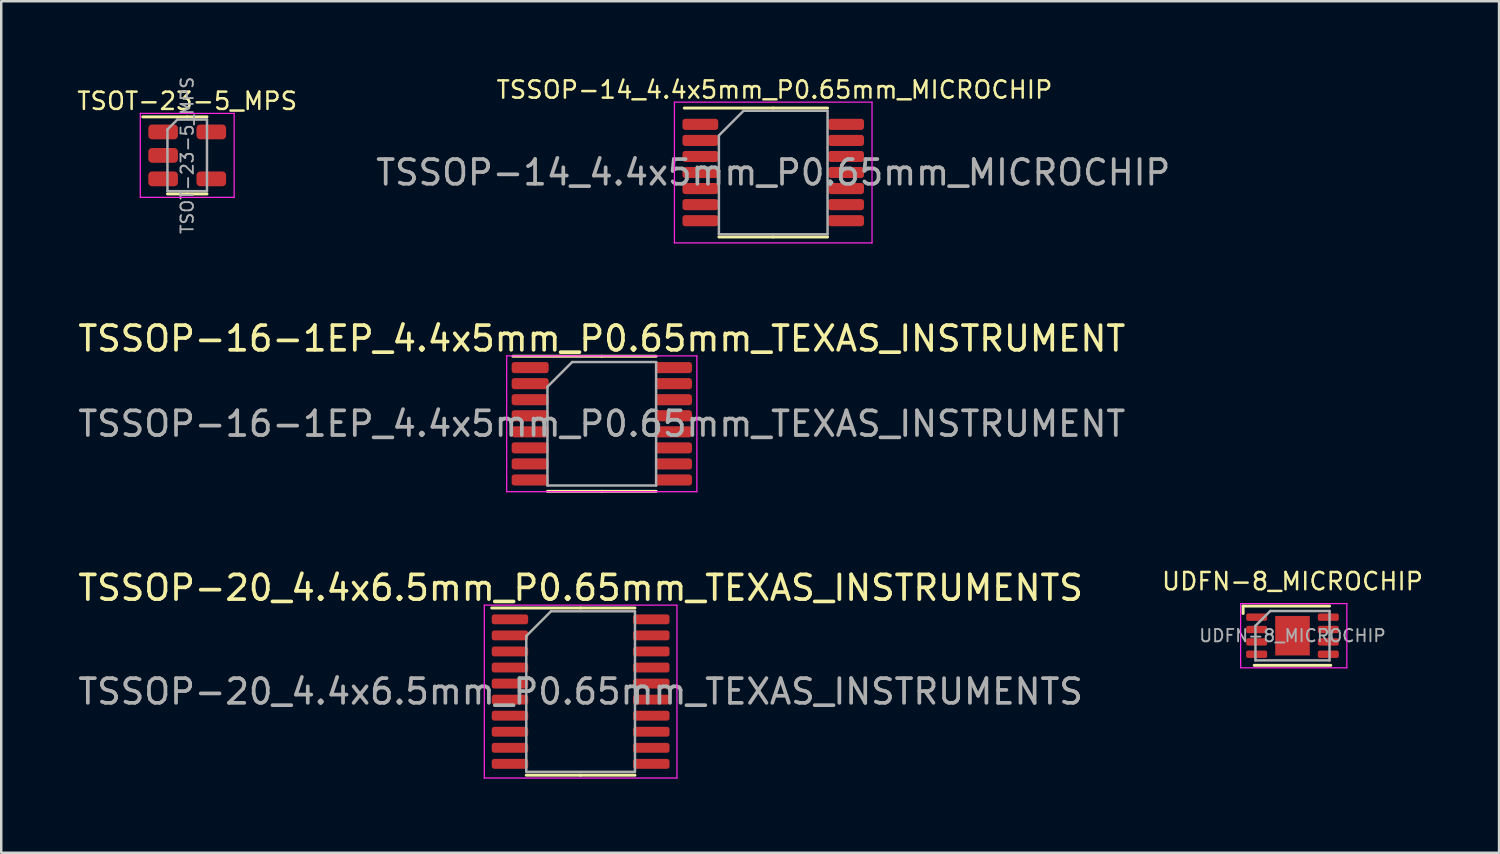
<source format=kicad_pcb>
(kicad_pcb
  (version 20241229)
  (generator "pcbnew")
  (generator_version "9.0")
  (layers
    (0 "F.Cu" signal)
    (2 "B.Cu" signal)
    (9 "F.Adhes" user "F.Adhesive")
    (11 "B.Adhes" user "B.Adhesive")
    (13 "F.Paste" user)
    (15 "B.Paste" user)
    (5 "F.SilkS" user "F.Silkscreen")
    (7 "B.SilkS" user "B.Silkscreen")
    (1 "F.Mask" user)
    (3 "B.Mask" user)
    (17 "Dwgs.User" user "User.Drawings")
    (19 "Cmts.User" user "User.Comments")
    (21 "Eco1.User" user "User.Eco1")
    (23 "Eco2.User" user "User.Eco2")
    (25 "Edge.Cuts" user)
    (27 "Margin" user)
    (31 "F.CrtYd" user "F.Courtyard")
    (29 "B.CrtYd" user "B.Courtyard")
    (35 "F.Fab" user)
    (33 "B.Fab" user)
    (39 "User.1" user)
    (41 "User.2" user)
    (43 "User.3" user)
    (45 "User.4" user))
  (footprint "TSSOP-16-1EP_4.4x5mm_P0.65mm_TEXAS_INSTRUMENT"
    (layer "F.Cu")
    (at 21.315 14.108)
    (property "Reference" "TSSOP-16-1EP_4.4x5mm_P0.65mm_TEXAS_INSTRUMENT" (at 0 -3.45 0) (layer "F.SilkS") (effects (font (size 1 1) (thickness 0.15))))
    (attr smd)
    (fp_line (start 0 -2.735) (end -3.6 -2.735) (stroke (width 0.12) (type solid)) (layer "F.SilkS"))
    (fp_line (start 0 -2.735) (end 2.2 -2.735) (stroke (width 0.12) (type solid)) (layer "F.SilkS"))
    (fp_line (start 0 2.735) (end -2.2 2.735) (stroke (width 0.12) (type solid)) (layer "F.SilkS"))
    (fp_line (start 0 2.735) (end 2.2 2.735) (stroke (width 0.12) (type solid)) (layer "F.SilkS"))
    (fp_line (start -3.85 -2.75) (end -3.85 2.75) (stroke (width 0.05) (type solid)) (layer "F.CrtYd"))
    (fp_line (start -3.85 2.75) (end 3.85 2.75) (stroke (width 0.05) (type solid)) (layer "F.CrtYd"))
    (fp_line (start 3.85 -2.75) (end -3.85 -2.75) (stroke (width 0.05) (type solid)) (layer "F.CrtYd"))
    (fp_line (start 3.85 2.75) (end 3.85 -2.75) (stroke (width 0.05) (type solid)) (layer "F.CrtYd"))
    (fp_line (start -2.2 -1.5) (end -1.2 -2.5) (stroke (width 0.1) (type solid)) (layer "F.Fab"))
    (fp_line (start -2.2 2.5) (end -2.2 -1.5) (stroke (width 0.1) (type solid)) (layer "F.Fab"))
    (fp_line (start -1.2 -2.5) (end 2.2 -2.5) (stroke (width 0.1) (type solid)) (layer "F.Fab"))
    (fp_line (start 2.2 -2.5) (end 2.2 2.5) (stroke (width 0.1) (type solid)) (layer "F.Fab"))
    (fp_line (start 2.2 2.5) (end -2.2 2.5) (stroke (width 0.1) (type solid)) (layer "F.Fab"))
    (fp_text user "${REFERENCE}" (at 0 0 0) (layer "F.Fab") (effects (font (size 1 1) (thickness 0.15))))
    (pad "1" smd roundrect (at -2.9 -2.275) (size 1.5 0.45) (layers "F.Cu" "F.Mask" "F.Paste") (roundrect_rratio 0.25))
    (pad "2" smd roundrect (at -2.9 -1.625) (size 1.5 0.45) (layers "F.Cu" "F.Mask" "F.Paste") (roundrect_rratio 0.25))
    (pad "3" smd roundrect (at -2.9 -0.975) (size 1.5 0.45) (layers "F.Cu" "F.Mask" "F.Paste") (roundrect_rratio 0.25))
    (pad "4" smd roundrect (at -2.9 -0.325) (size 1.5 0.45) (layers "F.Cu" "F.Mask" "F.Paste") (roundrect_rratio 0.25))
    (pad "5" smd roundrect (at -2.9 0.325) (size 1.5 0.45) (layers "F.Cu" "F.Mask" "F.Paste") (roundrect_rratio 0.25))
    (pad "6" smd roundrect (at -2.9 0.975) (size 1.5 0.45) (layers "F.Cu" "F.Mask" "F.Paste") (roundrect_rratio 0.25))
    (pad "7" smd roundrect (at -2.9 1.625) (size 1.5 0.45) (layers "F.Cu" "F.Mask" "F.Paste") (roundrect_rratio 0.25))
    (pad "8" smd roundrect (at -2.9 2.275) (size 1.5 0.45) (layers "F.Cu" "F.Mask" "F.Paste") (roundrect_rratio 0.25))
    (pad "9" smd roundrect (at 2.9 2.275) (size 1.5 0.45) (layers "F.Cu" "F.Mask" "F.Paste") (roundrect_rratio 0.25))
    (pad "10" smd roundrect (at 2.9 1.625) (size 1.5 0.45) (layers "F.Cu" "F.Mask" "F.Paste") (roundrect_rratio 0.25))
    (pad "11" smd roundrect (at 2.9 0.975) (size 1.5 0.45) (layers "F.Cu" "F.Mask" "F.Paste") (roundrect_rratio 0.25))
    (pad "12" smd roundrect (at 2.9 0.325) (size 1.5 0.45) (layers "F.Cu" "F.Mask" "F.Paste") (roundrect_rratio 0.25))
    (pad "13" smd roundrect (at 2.9 -0.325) (size 1.5 0.45) (layers "F.Cu" "F.Mask" "F.Paste") (roundrect_rratio 0.25))
    (pad "14" smd roundrect (at 2.9 -0.975) (size 1.5 0.45) (layers "F.Cu" "F.Mask" "F.Paste") (roundrect_rratio 0.25))
    (pad "15" smd roundrect (at 2.9 -1.625) (size 1.5 0.45) (layers "F.Cu" "F.Mask" "F.Paste") (roundrect_rratio 0.25))
    (pad "16" smd roundrect (at 2.9 -2.275) (size 1.5 0.45) (layers "F.Cu" "F.Mask" "F.Paste") (roundrect_rratio 0.25)))
  (footprint "UDFN-8_MICROCHIP"
    (layer "F.Cu")
    (at 49.28 22.688)
    (property "Reference" "UDFN-8_MICROCHIP" (at 0 -2.2 0) (layer "F.SilkS") (effects (font (size 0.7 0.7) (thickness 0.1))))
    (attr smd)
    (fp_line (start -2 -1.2) (end 1.5 -1.2) (stroke (width 0.12) (type solid)) (layer "F.SilkS"))
    (fp_line (start -2 -0.9) (end -2 -1.2) (stroke (width 0.12) (type solid)) (layer "F.SilkS"))
    (fp_line (start -1.55 1.2) (end 1.55 1.2) (stroke (width 0.12) (type solid)) (layer "F.SilkS"))
    (fp_line (start -2.1 -1.3) (end -2.1 1.3) (stroke (width 0.05) (type solid)) (layer "F.CrtYd"))
    (fp_line (start -2.1 1.3) (end 2.2 1.3) (stroke (width 0.05) (type solid)) (layer "F.CrtYd"))
    (fp_line (start 2.2 -1.3) (end -2.1 -1.3) (stroke (width 0.05) (type solid)) (layer "F.CrtYd"))
    (fp_line (start 2.2 1.3) (end 2.2 -1.3) (stroke (width 0.05) (type solid)) (layer "F.CrtYd"))
    (fp_line (start -1.5 -0.4) (end -0.9 -1) (stroke (width 0.1) (type solid)) (layer "F.Fab"))
    (fp_line (start -1.5 1) (end -1.5 -0.4) (stroke (width 0.1) (type solid)) (layer "F.Fab"))
    (fp_line (start -0.9 -1) (end 1.5 -1) (stroke (width 0.1) (type solid)) (layer "F.Fab"))
    (fp_line (start 1.5 -1) (end 1.5 1) (stroke (width 0.1) (type solid)) (layer "F.Fab"))
    (fp_line (start 1.5 1) (end -1.5 1) (stroke (width 0.1) (type solid)) (layer "F.Fab"))
    (fp_text user "${REFERENCE}" (at 0 0 0) (layer "F.Fab") (effects (font (size 0.5 0.5) (thickness 0.075))))
    (pad "" smd roundrect (at 0 -0.4) (size 1.2 0.6) (layers "F.Paste") (roundrect_rratio 0.207))
    (pad "" smd roundrect (at 0 0.4) (size 1.206 0.615) (layers "F.Paste") (roundrect_rratio 0.207))
    (pad "1" smd roundrect (at -1.45 -0.75) (size 0.85 0.3) (layers "F.Cu" "F.Mask" "F.Paste") (roundrect_rratio 0.25))
    (pad "2" smd roundrect (at -1.45 -0.25) (size 0.85 0.3) (layers "F.Cu" "F.Mask" "F.Paste") (roundrect_rratio 0.25))
    (pad "3" smd roundrect (at -1.45 0.25) (size 0.85 0.3) (layers "F.Cu" "F.Mask" "F.Paste") (roundrect_rratio 0.25))
    (pad "4" smd roundrect (at -1.45 0.75) (size 0.85 0.3) (layers "F.Cu" "F.Mask" "F.Paste") (roundrect_rratio 0.25))
    (pad "5" smd roundrect (at 1.45 0.75) (size 0.85 0.3) (layers "F.Cu" "F.Mask" "F.Paste") (roundrect_rratio 0.25))
    (pad "6" smd roundrect (at 1.45 0.25) (size 0.85 0.3) (layers "F.Cu" "F.Mask" "F.Paste") (roundrect_rratio 0.25))
    (pad "7" smd roundrect (at 1.45 -0.25) (size 0.85 0.3) (layers "F.Cu" "F.Mask" "F.Paste") (roundrect_rratio 0.25))
    (pad "8" smd roundrect (at 1.45 -0.75) (size 0.85 0.3) (layers "F.Cu" "F.Mask" "F.Paste") (roundrect_rratio 0.25))
    (pad "9" smd rect (at 0 0) (size 1.4 1.6) (layers "F.Cu" "F.Mask")))
  (footprint "TSOT-23-5_MPS"
    (layer "F.Cu")
    (at 4.53 3.241)
    (property "Reference" "TSOT-23-5_MPS" (at 0 -2.2 0) (layer "F.SilkS") (effects (font (size 0.7 0.7) (thickness 0.1))))
    (attr smd)
    (fp_line (start 0 -1.56) (end -1.8 -1.56) (stroke (width 0.12) (type solid)) (layer "F.SilkS"))
    (fp_line (start 0 -1.56) (end 0.8 -1.56) (stroke (width 0.12) (type solid)) (layer "F.SilkS"))
    (fp_line (start 0 1.56) (end -0.8 1.56) (stroke (width 0.12) (type solid)) (layer "F.SilkS"))
    (fp_line (start 0 1.56) (end 0.8 1.56) (stroke (width 0.12) (type solid)) (layer "F.SilkS"))
    (fp_line (start -1.9 -1.7) (end -1.9 1.7) (stroke (width 0.05) (type solid)) (layer "F.CrtYd"))
    (fp_line (start -1.9 1.7) (end 1.9 1.7) (stroke (width 0.05) (type solid)) (layer "F.CrtYd"))
    (fp_line (start 1.9 -1.7) (end -1.9 -1.7) (stroke (width 0.05) (type solid)) (layer "F.CrtYd"))
    (fp_line (start 1.9 1.7) (end 1.9 -1.7) (stroke (width 0.05) (type solid)) (layer "F.CrtYd"))
    (fp_line (start -0.8 -1.05) (end -0.4 -1.45) (stroke (width 0.1) (type solid)) (layer "F.Fab"))
    (fp_line (start -0.8 1.45) (end -0.8 -1.05) (stroke (width 0.1) (type solid)) (layer "F.Fab"))
    (fp_line (start -0.4 -1.45) (end 0.8 -1.45) (stroke (width 0.1) (type solid)) (layer "F.Fab"))
    (fp_line (start 0.8 -1.45) (end 0.8 1.45) (stroke (width 0.1) (type solid)) (layer "F.Fab"))
    (fp_line (start 0.8 1.45) (end -0.8 1.45) (stroke (width 0.1) (type solid)) (layer "F.Fab"))
    (fp_text user "${REFERENCE}" (at 0 0 90) (layer "F.Fab") (effects (font (size 0.5 0.5) (thickness 0.075))))
    (pad "1" smd roundrect (at -0.975 -0.95) (size 1.2 0.6) (layers "F.Cu" "F.Mask" "F.Paste") (roundrect_rratio 0.25))
    (pad "2" smd roundrect (at -0.975 0) (size 1.2 0.6) (layers "F.Cu" "F.Mask" "F.Paste") (roundrect_rratio 0.25))
    (pad "3" smd roundrect (at -0.975 0.95) (size 1.2 0.6) (layers "F.Cu" "F.Mask" "F.Paste") (roundrect_rratio 0.25))
    (pad "4" smd roundrect (at 0.975 0.95) (size 1.2 0.6) (layers "F.Cu" "F.Mask" "F.Paste") (roundrect_rratio 0.25))
    (pad "5" smd roundrect (at 0.975 -0.95) (size 1.2 0.6) (layers "F.Cu" "F.Mask" "F.Paste") (roundrect_rratio 0.25)))
  (footprint "TSSOP-14_4.4x5mm_P0.65mm_MICROCHIP"
    (layer "F.Cu")
    (at 28.256 3.885)
    (property "Reference" "TSSOP-14_4.4x5mm_P0.65mm_MICROCHIP" (at 0.05 -3.3 0) (layer "F.SilkS") (effects (font (size 0.7 0.7) (thickness 0.1))))
    (attr smd)
    (fp_line (start 0 -2.56) (end -3.6 -2.56) (stroke (width 0.12) (type solid)) (layer "F.SilkS"))
    (fp_line (start 0 -2.56) (end 2.2 -2.56) (stroke (width 0.12) (type solid)) (layer "F.SilkS"))
    (fp_line (start 0 2.66) (end -2.2 2.66) (stroke (width 0.12) (type solid)) (layer "F.SilkS"))
    (fp_line (start 0 2.66) (end 2.2 2.66) (stroke (width 0.12) (type solid)) (layer "F.SilkS"))
    (fp_line (start -4 -2.8) (end -4 2.9) (stroke (width 0.05) (type solid)) (layer "F.CrtYd"))
    (fp_line (start -4 2.9) (end 4 2.9) (stroke (width 0.05) (type solid)) (layer "F.CrtYd"))
    (fp_line (start 4 -2.8) (end -4 -2.8) (stroke (width 0.05) (type solid)) (layer "F.CrtYd"))
    (fp_line (start 4 2.9) (end 4 -2.8) (stroke (width 0.05) (type solid)) (layer "F.CrtYd"))
    (fp_line (start -2.2 -1.45) (end -1.2 -2.45) (stroke (width 0.1) (type solid)) (layer "F.Fab"))
    (fp_line (start -2.2 2.55) (end -2.2 -1.45) (stroke (width 0.1) (type solid)) (layer "F.Fab"))
    (fp_line (start -1.2 -2.45) (end 2.2 -2.45) (stroke (width 0.1) (type solid)) (layer "F.Fab"))
    (fp_line (start 2.2 -2.45) (end 2.2 2.55) (stroke (width 0.1) (type solid)) (layer "F.Fab"))
    (fp_line (start 2.2 2.55) (end -2.2 2.55) (stroke (width 0.1) (type solid)) (layer "F.Fab"))
    (fp_text user "${REFERENCE}" (at 0 0.05 0) (layer "F.Fab") (effects (font (size 1 1) (thickness 0.15))))
    (pad "1" smd roundrect (at -2.95 -1.9) (size 1.45 0.45) (layers "F.Cu" "F.Mask" "F.Paste") (roundrect_rratio 0.25))
    (pad "2" smd roundrect (at -2.95 -1.25) (size 1.45 0.45) (layers "F.Cu" "F.Mask" "F.Paste") (roundrect_rratio 0.25))
    (pad "3" smd roundrect (at -2.95 -0.6) (size 1.45 0.45) (layers "F.Cu" "F.Mask" "F.Paste") (roundrect_rratio 0.25))
    (pad "4" smd roundrect (at -2.95 0.05) (size 1.45 0.45) (layers "F.Cu" "F.Mask" "F.Paste") (roundrect_rratio 0.25))
    (pad "5" smd roundrect (at -2.95 0.7) (size 1.45 0.45) (layers "F.Cu" "F.Mask" "F.Paste") (roundrect_rratio 0.25))
    (pad "6" smd roundrect (at -2.95 1.35) (size 1.45 0.45) (layers "F.Cu" "F.Mask" "F.Paste") (roundrect_rratio 0.25))
    (pad "7" smd roundrect (at -2.95 2) (size 1.45 0.45) (layers "F.Cu" "F.Mask" "F.Paste") (roundrect_rratio 0.25))
    (pad "8" smd roundrect (at 2.95 2) (size 1.45 0.45) (layers "F.Cu" "F.Mask" "F.Paste") (roundrect_rratio 0.25))
    (pad "9" smd roundrect (at 2.95 1.35) (size 1.45 0.45) (layers "F.Cu" "F.Mask" "F.Paste") (roundrect_rratio 0.25))
    (pad "10" smd roundrect (at 2.95 0.7) (size 1.45 0.45) (layers "F.Cu" "F.Mask" "F.Paste") (roundrect_rratio 0.25))
    (pad "11" smd roundrect (at 2.95 0.05) (size 1.45 0.45) (layers "F.Cu" "F.Mask" "F.Paste") (roundrect_rratio 0.25))
    (pad "12" smd roundrect (at 2.95 -0.6) (size 1.45 0.45) (layers "F.Cu" "F.Mask" "F.Paste") (roundrect_rratio 0.25))
    (pad "13" smd roundrect (at 2.95 -1.25) (size 1.45 0.45) (layers "F.Cu" "F.Mask" "F.Paste") (roundrect_rratio 0.25))
    (pad "14" smd roundrect (at 2.95 -1.9) (size 1.45 0.45) (layers "F.Cu" "F.Mask" "F.Paste") (roundrect_rratio 0.25)))
  (footprint "TSSOP-20_4.4x6.5mm_P0.65mm_TEXAS_INSTRUMENTS"
    (layer "F.Cu")
    (at 20.458 24.951)
    (property "Reference" "TSSOP-20_4.4x6.5mm_P0.65mm_TEXAS_INSTRUMENTS" (at 0 -4.2 0) (layer "F.SilkS") (effects (font (size 1 1) (thickness 0.15))))
    (attr smd)
    (fp_line (start 0 -3.385) (end -3.6 -3.385) (stroke (width 0.12) (type solid)) (layer "F.SilkS"))
    (fp_line (start 0 -3.385) (end 2.2 -3.385) (stroke (width 0.12) (type solid)) (layer "F.SilkS"))
    (fp_line (start 0 3.385) (end -2.2 3.385) (stroke (width 0.12) (type solid)) (layer "F.SilkS"))
    (fp_line (start 0 3.385) (end 2.2 3.385) (stroke (width 0.12) (type solid)) (layer "F.SilkS"))
    (fp_line (start -3.9 -3.5) (end -3.9 3.5) (stroke (width 0.05) (type solid)) (layer "F.CrtYd"))
    (fp_line (start -3.9 3.5) (end 3.9 3.5) (stroke (width 0.05) (type solid)) (layer "F.CrtYd"))
    (fp_line (start 3.9 -3.5) (end -3.9 -3.5) (stroke (width 0.05) (type solid)) (layer "F.CrtYd"))
    (fp_line (start 3.9 3.5) (end 3.9 -3.5) (stroke (width 0.05) (type solid)) (layer "F.CrtYd"))
    (fp_line (start -2.2 -2.25) (end -1.2 -3.25) (stroke (width 0.1) (type solid)) (layer "F.Fab"))
    (fp_line (start -2.2 3.25) (end -2.2 -2.25) (stroke (width 0.1) (type solid)) (layer "F.Fab"))
    (fp_line (start -1.2 -3.25) (end 2.2 -3.25) (stroke (width 0.1) (type solid)) (layer "F.Fab"))
    (fp_line (start 2.2 -3.25) (end 2.2 3.25) (stroke (width 0.1) (type solid)) (layer "F.Fab"))
    (fp_line (start 2.2 3.25) (end -2.2 3.25) (stroke (width 0.1) (type solid)) (layer "F.Fab"))
    (fp_text user "${REFERENCE}" (at 0 0 0) (layer "F.Fab") (effects (font (size 1 1) (thickness 0.15))))
    (pad "1" smd roundrect (at -2.862 -2.925) (size 1.475 0.4) (layers "F.Cu" "F.Mask" "F.Paste") (roundrect_rratio 0.25))
    (pad "2" smd roundrect (at -2.862 -2.275) (size 1.475 0.4) (layers "F.Cu" "F.Mask" "F.Paste") (roundrect_rratio 0.25))
    (pad "3" smd roundrect (at -2.862 -1.625) (size 1.475 0.4) (layers "F.Cu" "F.Mask" "F.Paste") (roundrect_rratio 0.25))
    (pad "4" smd roundrect (at -2.862 -0.975) (size 1.475 0.4) (layers "F.Cu" "F.Mask" "F.Paste") (roundrect_rratio 0.25))
    (pad "5" smd roundrect (at -2.862 -0.325) (size 1.475 0.4) (layers "F.Cu" "F.Mask" "F.Paste") (roundrect_rratio 0.25))
    (pad "6" smd roundrect (at -2.862 0.325) (size 1.475 0.4) (layers "F.Cu" "F.Mask" "F.Paste") (roundrect_rratio 0.25))
    (pad "7" smd roundrect (at -2.862 0.975) (size 1.475 0.4) (layers "F.Cu" "F.Mask" "F.Paste") (roundrect_rratio 0.25))
    (pad "8" smd roundrect (at -2.862 1.625) (size 1.475 0.4) (layers "F.Cu" "F.Mask" "F.Paste") (roundrect_rratio 0.25))
    (pad "9" smd roundrect (at -2.862 2.275) (size 1.475 0.4) (layers "F.Cu" "F.Mask" "F.Paste") (roundrect_rratio 0.25))
    (pad "10" smd roundrect (at -2.862 2.925) (size 1.475 0.4) (layers "F.Cu" "F.Mask" "F.Paste") (roundrect_rratio 0.25))
    (pad "11" smd roundrect (at 2.862 2.925) (size 1.475 0.4) (layers "F.Cu" "F.Mask" "F.Paste") (roundrect_rratio 0.25))
    (pad "12" smd roundrect (at 2.862 2.275) (size 1.475 0.4) (layers "F.Cu" "F.Mask" "F.Paste") (roundrect_rratio 0.25))
    (pad "13" smd roundrect (at 2.862 1.625) (size 1.475 0.4) (layers "F.Cu" "F.Mask" "F.Paste") (roundrect_rratio 0.25))
    (pad "14" smd roundrect (at 2.862 0.975) (size 1.475 0.4) (layers "F.Cu" "F.Mask" "F.Paste") (roundrect_rratio 0.25))
    (pad "15" smd roundrect (at 2.862 0.325) (size 1.475 0.4) (layers "F.Cu" "F.Mask" "F.Paste") (roundrect_rratio 0.25))
    (pad "16" smd roundrect (at 2.862 -0.325) (size 1.475 0.4) (layers "F.Cu" "F.Mask" "F.Paste") (roundrect_rratio 0.25))
    (pad "17" smd roundrect (at 2.862 -0.975) (size 1.475 0.4) (layers "F.Cu" "F.Mask" "F.Paste") (roundrect_rratio 0.25))
    (pad "18" smd roundrect (at 2.862 -1.625) (size 1.475 0.4) (layers "F.Cu" "F.Mask" "F.Paste") (roundrect_rratio 0.25))
    (pad "19" smd roundrect (at 2.862 -2.275) (size 1.475 0.4) (layers "F.Cu" "F.Mask" "F.Paste") (roundrect_rratio 0.25))
    (pad "20" smd roundrect (at 2.862 -2.925) (size 1.475 0.4) (layers "F.Cu" "F.Mask" "F.Paste") (roundrect_rratio 0.25)))
  (gr_rect
    (start -3 -3)
    (end 57.643 31.477)
    (stroke (width 0.1) (type default))
    (fill no)
    (layer "Edge.Cuts")))
</source>
